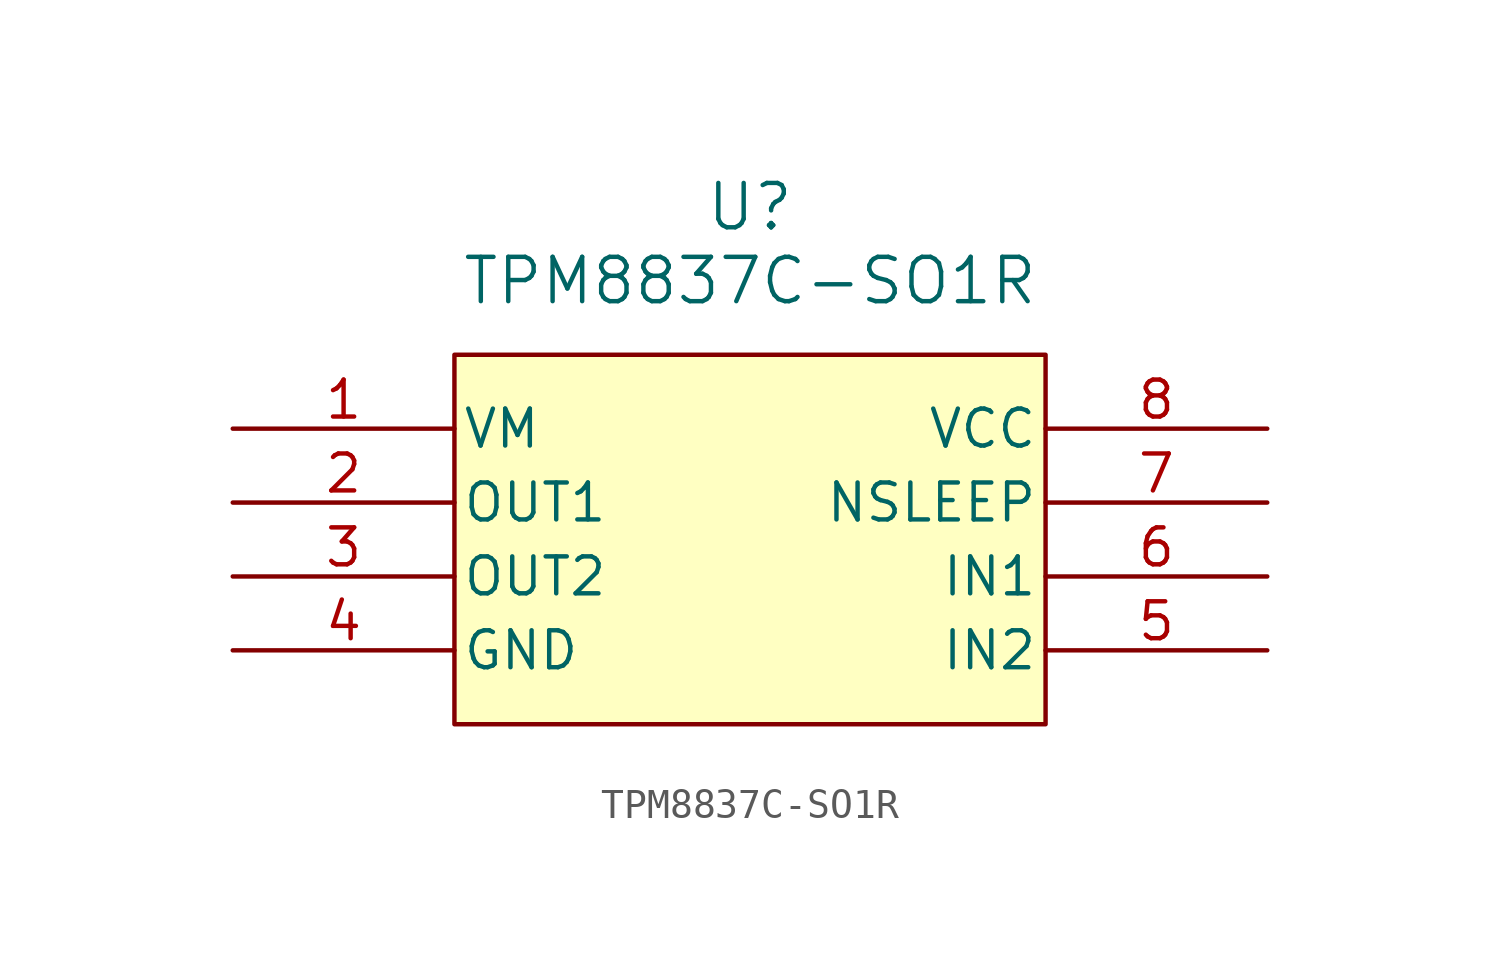
<source format=kicad_sym>
(kicad_symbol_lib
  (version 20220914)
  (generator kicad_symbol_editor)
  (symbol "TPM8837C-SO1R"
    (pin_names
      (offset 0.254))
    (property "Reference" "U"
      (at 17.78 7.62 0)
      (effects (font (size 1.524 1.524))))
    (property "Value" "TPM8837C-SO1R"
      (at 17.78 5.08 0)
      (effects (font (size 1.524 1.524))))
    (symbol "TPM8837C-SO1R_0_1"
      (pin power_in line (at 0 0 0) (length 7.62) (name "VM" (effects (font (size 1.27 1.27)))) (number "1" (effects (font (size 1.27 1.27)))))
      (pin output line (at 0 -2.54 0) (length 7.62) (name "OUT1" (effects (font (size 1.27 1.27)))) (number "2" (effects (font (size 1.27 1.27)))))
      (pin output line (at 0 -5.08 0) (length 7.62) (name "OUT2" (effects (font (size 1.27 1.27)))) (number "3" (effects (font (size 1.27 1.27)))))
      (pin power_out line (at 0 -7.62 0) (length 7.62) (name "GND" (effects (font (size 1.27 1.27)))) (number "4" (effects (font (size 1.27 1.27)))))
      (pin input line (at 35.56 -7.62 180) (length 7.62) (name "IN2" (effects (font (size 1.27 1.27)))) (number "5" (effects (font (size 1.27 1.27)))))
      (pin input line (at 35.56 -5.08 180) (length 7.62) (name "IN1" (effects (font (size 1.27 1.27)))) (number "6" (effects (font (size 1.27 1.27)))))
      (pin input line (at 35.56 -2.54 180) (length 7.62) (name "NSLEEP" (effects (font (size 1.27 1.27)))) (number "7" (effects (font (size 1.27 1.27)))))
      (pin power_in line (at 35.56 0 180) (length 7.62) (name "VCC" (effects (font (size 1.27 1.27)))) (number "8" (effects (font (size 1.27 1.27))))))
    (symbol "TPM8837C-SO1R_1_1"
      (rectangle (start 7.62 2.54) (end 27.94 -10.16) (stroke (width 0) (type default)) (fill (type background))))))
</source>
